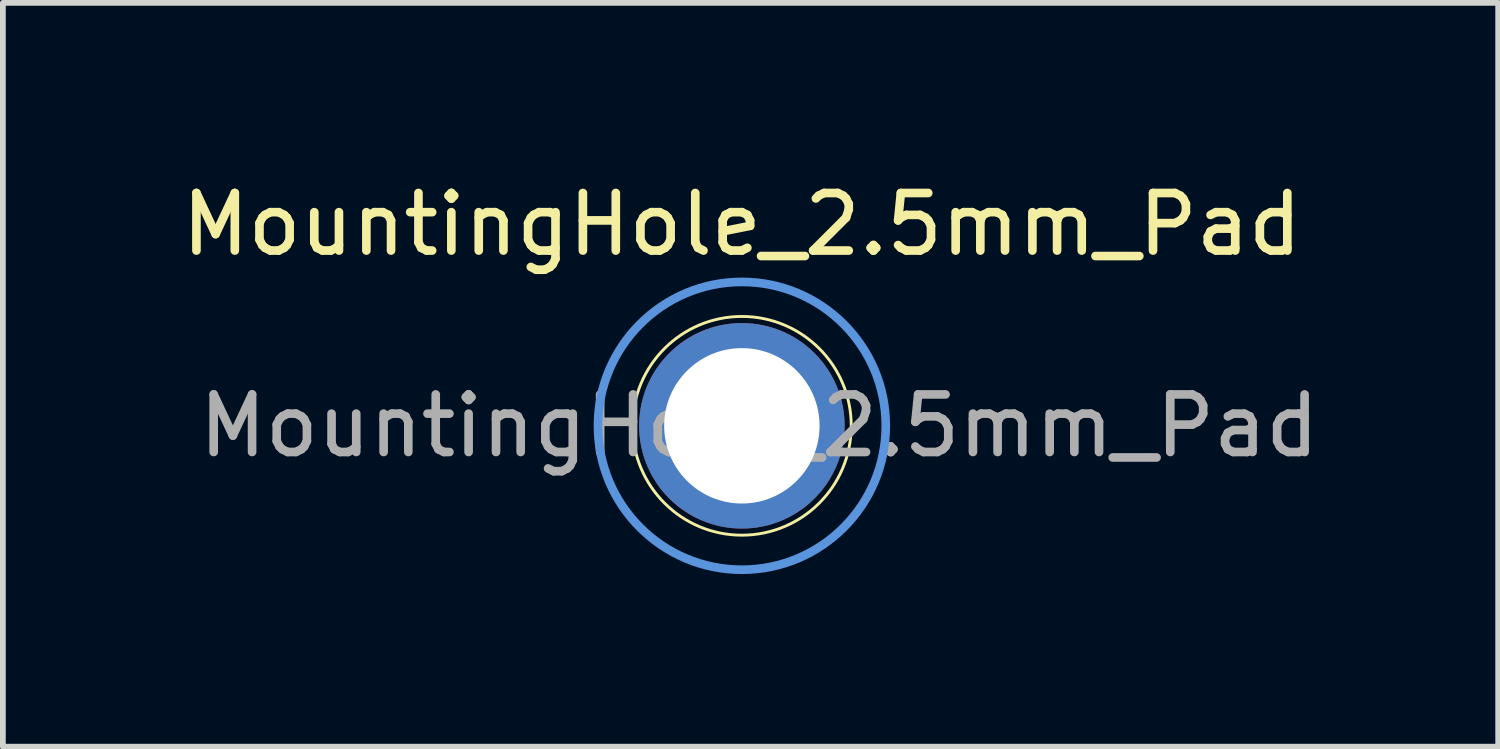
<source format=kicad_pcb>
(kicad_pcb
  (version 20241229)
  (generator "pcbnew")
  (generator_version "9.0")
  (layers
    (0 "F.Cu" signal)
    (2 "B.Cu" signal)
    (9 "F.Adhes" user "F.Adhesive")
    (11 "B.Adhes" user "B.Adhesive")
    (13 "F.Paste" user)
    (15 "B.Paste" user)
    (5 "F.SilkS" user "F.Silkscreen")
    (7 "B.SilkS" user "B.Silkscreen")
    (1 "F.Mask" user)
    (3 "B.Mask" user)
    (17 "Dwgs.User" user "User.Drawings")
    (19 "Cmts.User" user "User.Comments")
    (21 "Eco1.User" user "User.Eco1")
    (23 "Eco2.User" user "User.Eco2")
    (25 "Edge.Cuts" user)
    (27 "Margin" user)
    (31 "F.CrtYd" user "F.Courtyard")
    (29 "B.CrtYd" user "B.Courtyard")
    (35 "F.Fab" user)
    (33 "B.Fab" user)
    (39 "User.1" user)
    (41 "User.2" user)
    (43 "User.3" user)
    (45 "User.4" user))
  (footprint "MountingHole_2.5mm_Pad"
    (layer "F.Cu")
    (at 9.839 4.348)
    (property "Reference" "MountingHole_2.5mm_Pad" (at 0 -3.5 0) (layer "F.SilkS") (effects (font (size 1 1) (thickness 0.15))))
    (attr exclude_from_pos_files exclude_from_bom)
    (fp_circle (center 0 0) (end 1.9 0) (stroke (width 0.05) (type solid)) (fill no) (layer "F.SilkS"))
    (fp_circle (center 0 0) (end 2.5 0) (stroke (width 0.15) (type solid)) (fill no) (layer "Cmts.User"))
    (fp_text user "${REFERENCE}" (at 0.3 0 0) (layer "F.Fab") (effects (font (size 1 1) (thickness 0.15))))
    (pad "~" thru_hole circle (at 0 0) (size 3.57 3.57) (drill 2.7) (layers "*.Cu" "*.Mask")))
  (gr_rect
    (start -3 -3)
    (end 22.979 9.923)
    (stroke (width 0.1) (type default))
    (fill no)
    (layer "Edge.Cuts")))
</source>
